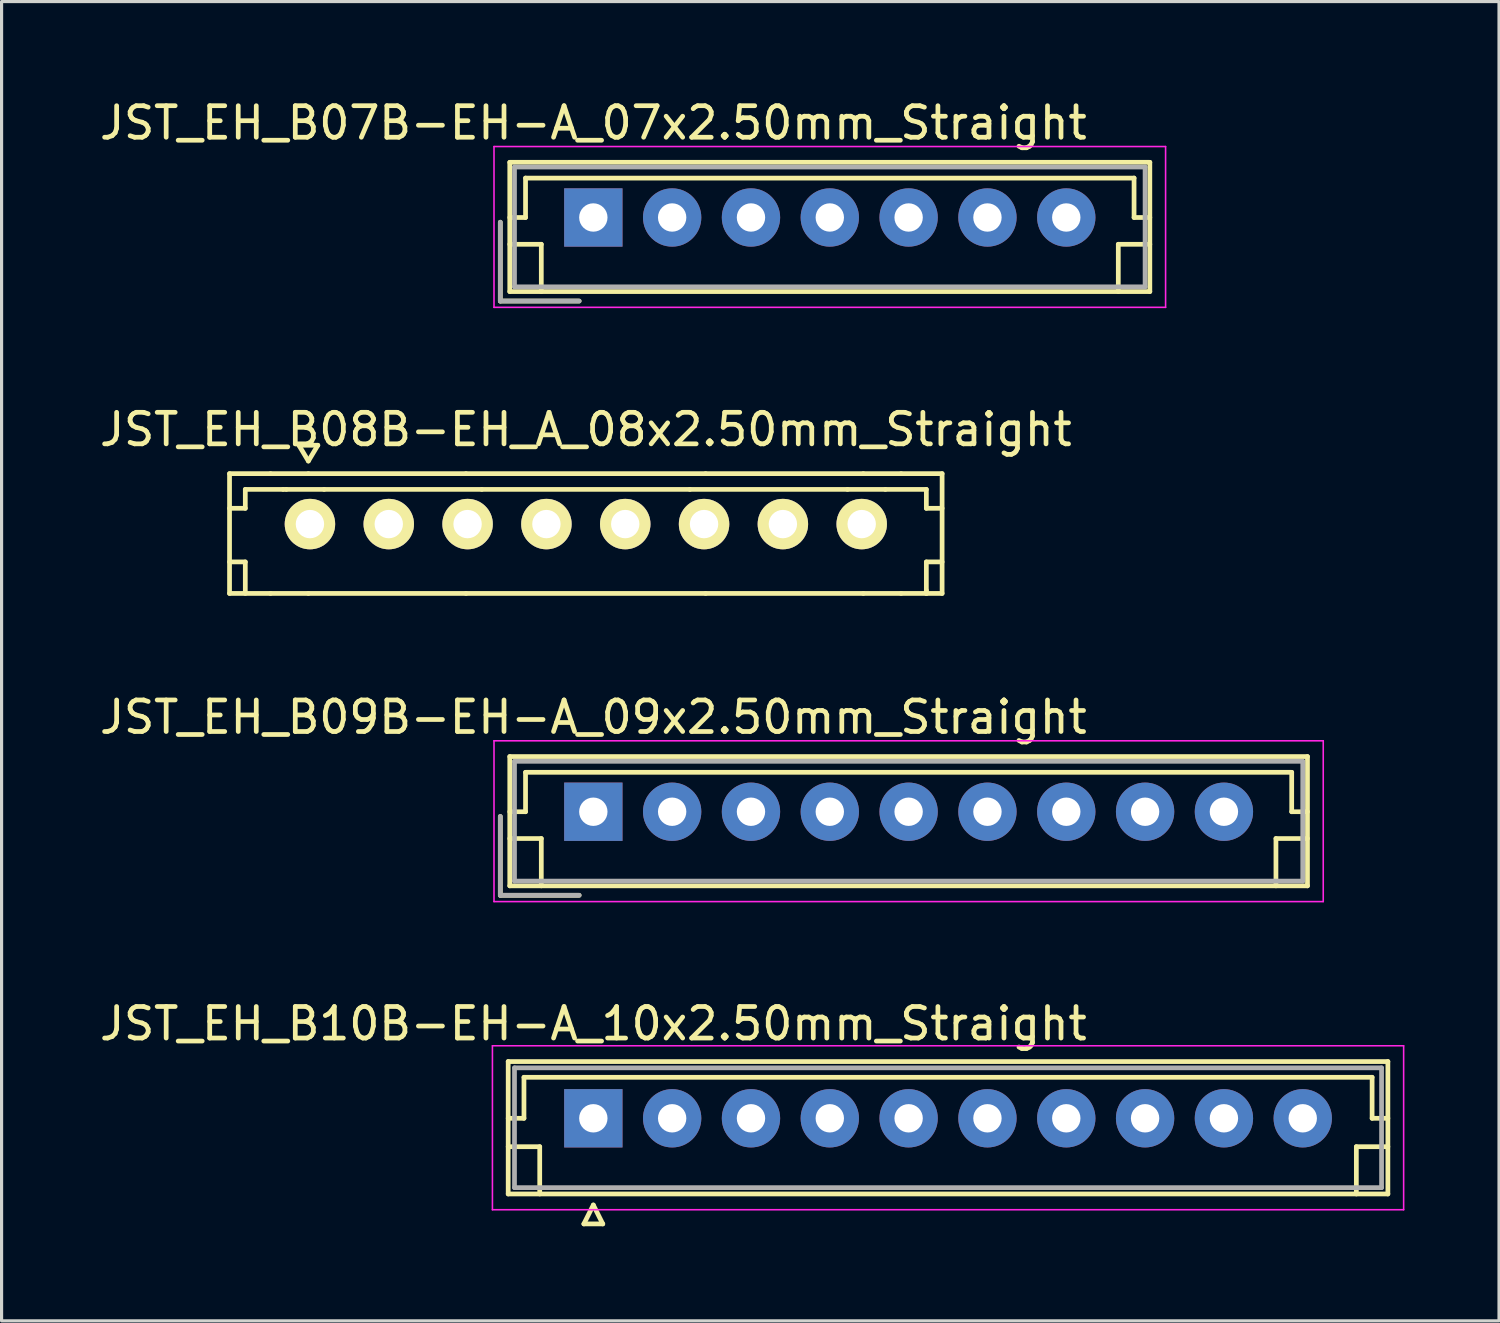
<source format=kicad_pcb>
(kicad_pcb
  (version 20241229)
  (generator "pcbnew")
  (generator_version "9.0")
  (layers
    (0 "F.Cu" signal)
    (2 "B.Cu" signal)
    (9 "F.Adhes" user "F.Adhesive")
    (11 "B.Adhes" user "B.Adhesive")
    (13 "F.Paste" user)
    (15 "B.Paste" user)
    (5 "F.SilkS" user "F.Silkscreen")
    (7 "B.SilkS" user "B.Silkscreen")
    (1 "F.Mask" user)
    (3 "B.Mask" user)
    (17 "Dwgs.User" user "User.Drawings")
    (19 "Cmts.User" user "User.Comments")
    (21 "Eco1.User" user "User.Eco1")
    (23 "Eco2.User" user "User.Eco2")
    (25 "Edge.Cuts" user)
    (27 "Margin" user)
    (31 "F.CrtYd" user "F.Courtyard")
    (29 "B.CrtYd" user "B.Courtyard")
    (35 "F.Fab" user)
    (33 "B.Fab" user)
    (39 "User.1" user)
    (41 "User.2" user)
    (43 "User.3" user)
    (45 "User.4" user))
  (footprint "JST_EH_B10B-EH-A_10x2.50mm_Straight"
    (layer "F.Cu")
    (at 15.768 32.418)
    (property "Reference" "JST_EH_B10B-EH-A_10x2.50mm_Straight" (at 0 -3 0) (layer "F.SilkS") (effects (font (size 1 1) (thickness 0.15))))
    (attr through_hole)
    (fp_line (start -2.7 -1.8) (end -2.7 2.4) (stroke (width 0.15) (type solid)) (layer "F.SilkS"))
    (fp_line (start -2.7 0) (end -2.2 0) (stroke (width 0.15) (type solid)) (layer "F.SilkS"))
    (fp_line (start -2.7 0.9) (end -1.7 0.9) (stroke (width 0.15) (type solid)) (layer "F.SilkS"))
    (fp_line (start -2.7 2.4) (end 25.2 2.4) (stroke (width 0.15) (type solid)) (layer "F.SilkS"))
    (fp_line (start -2.2 -1.3) (end 24.7 -1.3) (stroke (width 0.15) (type solid)) (layer "F.SilkS"))
    (fp_line (start -2.2 0) (end -2.2 -1.3) (stroke (width 0.15) (type solid)) (layer "F.SilkS"))
    (fp_line (start -1.7 0.9) (end -1.7 2.4) (stroke (width 0.15) (type solid)) (layer "F.SilkS"))
    (fp_line (start -0.3 3.35) (end 0.3 3.35) (stroke (width 0.15) (type solid)) (layer "F.SilkS"))
    (fp_line (start 0 2.75) (end -0.3 3.35) (stroke (width 0.15) (type solid)) (layer "F.SilkS"))
    (fp_line (start 0.3 3.35) (end 0 2.75) (stroke (width 0.15) (type solid)) (layer "F.SilkS"))
    (fp_line (start 24.2 0.9) (end 24.2 2.4) (stroke (width 0.15) (type solid)) (layer "F.SilkS"))
    (fp_line (start 24.7 -1.3) (end 24.7 0) (stroke (width 0.15) (type solid)) (layer "F.SilkS"))
    (fp_line (start 24.7 0) (end 25.2 0) (stroke (width 0.15) (type solid)) (layer "F.SilkS"))
    (fp_line (start 25.2 -1.8) (end -2.7 -1.8) (stroke (width 0.15) (type solid)) (layer "F.SilkS"))
    (fp_line (start 25.2 0.9) (end 24.2 0.9) (stroke (width 0.15) (type solid)) (layer "F.SilkS"))
    (fp_line (start 25.2 2.4) (end 25.2 -1.8) (stroke (width 0.15) (type solid)) (layer "F.SilkS"))
    (fp_line (start -3.2 -2.3) (end -3.2 2.9) (stroke (width 0.05) (type solid)) (layer "F.CrtYd"))
    (fp_line (start -3.2 2.9) (end 25.7 2.9) (stroke (width 0.05) (type solid)) (layer "F.CrtYd"))
    (fp_line (start 25.7 -2.3) (end -3.2 -2.3) (stroke (width 0.05) (type solid)) (layer "F.CrtYd"))
    (fp_line (start 25.7 2.9) (end 25.7 -2.3) (stroke (width 0.05) (type solid)) (layer "F.CrtYd"))
    (fp_line (start -2.5 -1.6) (end -2.5 2.2) (stroke (width 0.15) (type solid)) (layer "F.Fab"))
    (fp_line (start -2.5 2.2) (end 25 2.2) (stroke (width 0.15) (type solid)) (layer "F.Fab"))
    (fp_line (start 25 -1.6) (end -2.5 -1.6) (stroke (width 0.15) (type solid)) (layer "F.Fab"))
    (fp_line (start 25 2.2) (end 25 -1.6) (stroke (width 0.15) (type solid)) (layer "F.Fab"))
    (pad "1" thru_hole rect (at 0 0) (size 1.85 1.85) (drill 0.9) (layers "*.Cu" "*.Mask"))
    (pad "2" thru_hole circle (at 2.5 0) (size 1.85 1.85) (drill 0.9) (layers "*.Cu" "*.Mask"))
    (pad "3" thru_hole circle (at 5 0) (size 1.85 1.85) (drill 0.9) (layers "*.Cu" "*.Mask"))
    (pad "4" thru_hole circle (at 7.5 0) (size 1.85 1.85) (drill 0.9) (layers "*.Cu" "*.Mask"))
    (pad "5" thru_hole circle (at 10 0) (size 1.85 1.85) (drill 0.9) (layers "*.Cu" "*.Mask"))
    (pad "6" thru_hole circle (at 12.5 0) (size 1.85 1.85) (drill 0.9) (layers "*.Cu" "*.Mask"))
    (pad "7" thru_hole circle (at 15 0) (size 1.85 1.85) (drill 0.9) (layers "*.Cu" "*.Mask"))
    (pad "8" thru_hole circle (at 17.5 0) (size 1.85 1.85) (drill 0.9) (layers "*.Cu" "*.Mask"))
    (pad "9" thru_hole circle (at 20 0) (size 1.85 1.85) (drill 0.9) (layers "*.Cu" "*.Mask"))
    (pad "10" thru_hole circle (at 22.5 0) (size 1.85 1.85) (drill 0.9) (layers "*.Cu" "*.Mask")))
  (footprint "JST_EH_B07B-EH-A_07x2.50mm_Straight"
    (layer "F.Cu")
    (at 15.768 3.848)
    (property "Reference" "JST_EH_B07B-EH-A_07x2.50mm_Straight" (at 0 -3 0) (layer "F.SilkS") (effects (font (size 1 1) (thickness 0.15))))
    (attr through_hole)
    (fp_line (start -2.95 0.15) (end -2.95 2.65) (stroke (width 0.15) (type solid)) (layer "F.SilkS"))
    (fp_line (start -2.95 2.65) (end -0.45 2.65) (stroke (width 0.15) (type solid)) (layer "F.SilkS"))
    (fp_line (start -2.65 -1.75) (end -2.65 2.35) (stroke (width 0.15) (type solid)) (layer "F.SilkS"))
    (fp_line (start -2.65 0) (end -2.15 0) (stroke (width 0.15) (type solid)) (layer "F.SilkS"))
    (fp_line (start -2.65 0.85) (end -1.65 0.85) (stroke (width 0.15) (type solid)) (layer "F.SilkS"))
    (fp_line (start -2.65 2.35) (end 17.65 2.35) (stroke (width 0.15) (type solid)) (layer "F.SilkS"))
    (fp_line (start -2.15 -1.25) (end 17.15 -1.25) (stroke (width 0.15) (type solid)) (layer "F.SilkS"))
    (fp_line (start -2.15 0) (end -2.15 -1.25) (stroke (width 0.15) (type solid)) (layer "F.SilkS"))
    (fp_line (start -1.65 0.85) (end -1.65 2.35) (stroke (width 0.15) (type solid)) (layer "F.SilkS"))
    (fp_line (start 16.65 0.85) (end 16.65 2.35) (stroke (width 0.15) (type solid)) (layer "F.SilkS"))
    (fp_line (start 17.15 -1.25) (end 17.15 0) (stroke (width 0.15) (type solid)) (layer "F.SilkS"))
    (fp_line (start 17.15 0) (end 17.65 0) (stroke (width 0.15) (type solid)) (layer "F.SilkS"))
    (fp_line (start 17.65 -1.75) (end -2.65 -1.75) (stroke (width 0.15) (type solid)) (layer "F.SilkS"))
    (fp_line (start 17.65 0.85) (end 16.65 0.85) (stroke (width 0.15) (type solid)) (layer "F.SilkS"))
    (fp_line (start 17.65 2.35) (end 17.65 -1.75) (stroke (width 0.15) (type solid)) (layer "F.SilkS"))
    (fp_line (start -3.15 -2.25) (end -3.15 2.85) (stroke (width 0.05) (type solid)) (layer "F.CrtYd"))
    (fp_line (start -3.15 2.85) (end 18.15 2.85) (stroke (width 0.05) (type solid)) (layer "F.CrtYd"))
    (fp_line (start 18.15 -2.25) (end -3.15 -2.25) (stroke (width 0.05) (type solid)) (layer "F.CrtYd"))
    (fp_line (start 18.15 2.85) (end 18.15 -2.25) (stroke (width 0.05) (type solid)) (layer "F.CrtYd"))
    (fp_line (start -2.95 0.15) (end -2.95 2.65) (stroke (width 0.15) (type solid)) (layer "F.Fab"))
    (fp_line (start -2.95 2.65) (end -0.45 2.65) (stroke (width 0.15) (type solid)) (layer "F.Fab"))
    (fp_line (start -2.5 -1.6) (end -2.5 2.2) (stroke (width 0.15) (type solid)) (layer "F.Fab"))
    (fp_line (start -2.5 2.2) (end 17.5 2.2) (stroke (width 0.15) (type solid)) (layer "F.Fab"))
    (fp_line (start 17.5 -1.6) (end -2.5 -1.6) (stroke (width 0.15) (type solid)) (layer "F.Fab"))
    (fp_line (start 17.5 2.2) (end 17.5 -1.6) (stroke (width 0.15) (type solid)) (layer "F.Fab"))
    (pad "1" thru_hole rect (at 0 0) (size 1.85 1.85) (drill 0.9) (layers "*.Cu" "*.Mask"))
    (pad "2" thru_hole circle (at 2.5 0) (size 1.85 1.85) (drill 0.9) (layers "*.Cu" "*.Mask"))
    (pad "3" thru_hole circle (at 5 0) (size 1.85 1.85) (drill 0.9) (layers "*.Cu" "*.Mask"))
    (pad "4" thru_hole circle (at 7.5 0) (size 1.85 1.85) (drill 0.9) (layers "*.Cu" "*.Mask"))
    (pad "5" thru_hole circle (at 10 0) (size 1.85 1.85) (drill 0.9) (layers "*.Cu" "*.Mask"))
    (pad "6" thru_hole circle (at 12.5 0) (size 1.85 1.85) (drill 0.9) (layers "*.Cu" "*.Mask"))
    (pad "7" thru_hole circle (at 15 0) (size 1.85 1.85) (drill 0.9) (layers "*.Cu" "*.Mask")))
  (footprint "JST_EH_B08B-EH_A_08x2.50mm_Straight"
    (layer "F.Cu")
    (at 15.53 13.572)
    (property "Reference" "JST_EH_B08B-EH_A_08x2.50mm_Straight" (at 0 -3 0) (layer "F.SilkS") (effects (font (size 1 1) (thickness 0.15))))
    (attr through_hole)
    (fp_line (start -11.3 -1.6) (end -11.3 2.2) (stroke (width 0.15) (type solid)) (layer "F.SilkS"))
    (fp_line (start -11.3 -1.6) (end -10 -1.6) (stroke (width 0.15) (type solid)) (layer "F.SilkS"))
    (fp_line (start -11.3 2.2) (end -10 2.2) (stroke (width 0.15) (type solid)) (layer "F.SilkS"))
    (fp_line (start -10.8 -1.1) (end -10.8 -0.5) (stroke (width 0.15) (type solid)) (layer "F.SilkS"))
    (fp_line (start -10.8 -0.5) (end -11.3 -0.5) (stroke (width 0.15) (type solid)) (layer "F.SilkS"))
    (fp_line (start -10.8 1.2) (end -11.3 1.2) (stroke (width 0.15) (type solid)) (layer "F.SilkS"))
    (fp_line (start -10.8 1.2) (end -10.8 2.2) (stroke (width 0.15) (type solid)) (layer "F.SilkS"))
    (fp_line (start -9.6 -1.1) (end -10.8 -1.1) (stroke (width 0.15) (type solid)) (layer "F.SilkS"))
    (fp_line (start -9.5 -1.1) (end -9.6 -1.1) (stroke (width 0.15) (type solid)) (layer "F.SilkS"))
    (fp_line (start -9.5 -1.1) (end -8.3 -1.1) (stroke (width 0.15) (type solid)) (layer "F.SilkS"))
    (fp_line (start -9.1 -2.5) (end -8.8 -2) (stroke (width 0.15) (type solid)) (layer "F.SilkS"))
    (fp_line (start -8.8 -2) (end -8.5 -2.5) (stroke (width 0.15) (type solid)) (layer "F.SilkS"))
    (fp_line (start -8.8 -1.6) (end -10 -1.6) (stroke (width 0.15) (type solid)) (layer "F.SilkS"))
    (fp_line (start -8.8 -1.6) (end -3.8 -1.6) (stroke (width 0.15) (type solid)) (layer "F.SilkS"))
    (fp_line (start -8.8 2.2) (end -10 2.2) (stroke (width 0.15) (type solid)) (layer "F.SilkS"))
    (fp_line (start -8.8 2.2) (end -3.8 2.2) (stroke (width 0.15) (type solid)) (layer "F.SilkS"))
    (fp_line (start -8.5 -2.5) (end -9.1 -2.5) (stroke (width 0.15) (type solid)) (layer "F.SilkS"))
    (fp_line (start -3.8 -1.6) (end 3.8 -1.6) (stroke (width 0.15) (type solid)) (layer "F.SilkS"))
    (fp_line (start -3.3 -1.1) (end -8.3 -1.1) (stroke (width 0.15) (type solid)) (layer "F.SilkS"))
    (fp_line (start 3.3 -1.1) (end -3.3 -1.1) (stroke (width 0.15) (type solid)) (layer "F.SilkS"))
    (fp_line (start 3.8 -1.6) (end 8.8 -1.6) (stroke (width 0.15) (type solid)) (layer "F.SilkS"))
    (fp_line (start 3.8 2.2) (end -3.8 2.2) (stroke (width 0.15) (type solid)) (layer "F.SilkS"))
    (fp_line (start 3.8 2.2) (end 8.8 2.2) (stroke (width 0.15) (type solid)) (layer "F.SilkS"))
    (fp_line (start 8.3 -1.1) (end 3.3 -1.1) (stroke (width 0.15) (type solid)) (layer "F.SilkS"))
    (fp_line (start 8.3 -1.1) (end 9.5 -1.1) (stroke (width 0.15) (type solid)) (layer "F.SilkS"))
    (fp_line (start 9.5 -1.1) (end 10.8 -1.1) (stroke (width 0.15) (type solid)) (layer "F.SilkS"))
    (fp_line (start 10 -1.6) (end 8.8 -1.6) (stroke (width 0.15) (type solid)) (layer "F.SilkS"))
    (fp_line (start 10 2.2) (end 8.8 2.2) (stroke (width 0.15) (type solid)) (layer "F.SilkS"))
    (fp_line (start 10.8 -1.1) (end 10.8 -0.5) (stroke (width 0.15) (type solid)) (layer "F.SilkS"))
    (fp_line (start 10.8 1.2) (end 10.8 2.2) (stroke (width 0.15) (type solid)) (layer "F.SilkS"))
    (fp_line (start 10.8 1.2) (end 11.3 1.2) (stroke (width 0.15) (type solid)) (layer "F.SilkS"))
    (fp_line (start 10.8 2.2) (end 10.8 2.1) (stroke (width 0.15) (type solid)) (layer "F.SilkS"))
    (fp_line (start 11.3 -1.6) (end 10 -1.6) (stroke (width 0.15) (type solid)) (layer "F.SilkS"))
    (fp_line (start 11.3 -1.6) (end 11.3 2.2) (stroke (width 0.15) (type solid)) (layer "F.SilkS"))
    (fp_line (start 11.3 -0.5) (end 10.8 -0.5) (stroke (width 0.15) (type solid)) (layer "F.SilkS"))
    (fp_line (start 11.3 2.2) (end 10 2.2) (stroke (width 0.15) (type solid)) (layer "F.SilkS"))
    (pad "1" thru_hole circle (at -8.75 0) (size 1.6 1.6) (drill 0.9) (layers "*.Cu" "*.Mask" "F.SilkS"))
    (pad "2" thru_hole circle (at -6.25 0) (size 1.6 1.6) (drill 0.9) (layers "*.Cu" "*.Mask" "F.SilkS"))
    (pad "3" thru_hole circle (at -3.75 0) (size 1.6 1.6) (drill 0.9) (layers "*.Cu" "*.Mask" "F.SilkS"))
    (pad "4" thru_hole circle (at -1.25 0) (size 1.6 1.6) (drill 0.9) (layers "*.Cu" "*.Mask" "F.SilkS"))
    (pad "5" thru_hole circle (at 1.25 0) (size 1.6 1.6) (drill 0.9) (layers "*.Cu" "*.Mask" "F.SilkS"))
    (pad "6" thru_hole circle (at 3.75 0) (size 1.6 1.6) (drill 0.9) (layers "*.Cu" "*.Mask" "F.SilkS"))
    (pad "7" thru_hole circle (at 6.25 0) (size 1.6 1.6) (drill 0.9) (layers "*.Cu" "*.Mask" "F.SilkS"))
    (pad "8" thru_hole circle (at 8.75 0) (size 1.6 1.6) (drill 0.9) (layers "*.Cu" "*.Mask" "F.SilkS")))
  (footprint "JST_EH_B09B-EH-A_09x2.50mm_Straight"
    (layer "F.Cu")
    (at 15.768 22.695)
    (property "Reference" "JST_EH_B09B-EH-A_09x2.50mm_Straight" (at 0 -3 0) (layer "F.SilkS") (effects (font (size 1 1) (thickness 0.15))))
    (attr through_hole)
    (fp_line (start -2.95 0.15) (end -2.95 2.65) (stroke (width 0.15) (type solid)) (layer "F.SilkS"))
    (fp_line (start -2.95 2.65) (end -0.45 2.65) (stroke (width 0.15) (type solid)) (layer "F.SilkS"))
    (fp_line (start -2.65 -1.75) (end -2.65 2.35) (stroke (width 0.15) (type solid)) (layer "F.SilkS"))
    (fp_line (start -2.65 0) (end -2.15 0) (stroke (width 0.15) (type solid)) (layer "F.SilkS"))
    (fp_line (start -2.65 0.85) (end -1.65 0.85) (stroke (width 0.15) (type solid)) (layer "F.SilkS"))
    (fp_line (start -2.65 2.35) (end 22.65 2.35) (stroke (width 0.15) (type solid)) (layer "F.SilkS"))
    (fp_line (start -2.15 -1.25) (end 22.15 -1.25) (stroke (width 0.15) (type solid)) (layer "F.SilkS"))
    (fp_line (start -2.15 0) (end -2.15 -1.25) (stroke (width 0.15) (type solid)) (layer "F.SilkS"))
    (fp_line (start -1.65 0.85) (end -1.65 2.35) (stroke (width 0.15) (type solid)) (layer "F.SilkS"))
    (fp_line (start 21.65 0.85) (end 21.65 2.35) (stroke (width 0.15) (type solid)) (layer "F.SilkS"))
    (fp_line (start 22.15 -1.25) (end 22.15 0) (stroke (width 0.15) (type solid)) (layer "F.SilkS"))
    (fp_line (start 22.15 0) (end 22.65 0) (stroke (width 0.15) (type solid)) (layer "F.SilkS"))
    (fp_line (start 22.65 -1.75) (end -2.65 -1.75) (stroke (width 0.15) (type solid)) (layer "F.SilkS"))
    (fp_line (start 22.65 0.85) (end 21.65 0.85) (stroke (width 0.15) (type solid)) (layer "F.SilkS"))
    (fp_line (start 22.65 2.35) (end 22.65 -1.75) (stroke (width 0.15) (type solid)) (layer "F.SilkS"))
    (fp_line (start -3.15 -2.25) (end -3.15 2.85) (stroke (width 0.05) (type solid)) (layer "F.CrtYd"))
    (fp_line (start -3.15 2.85) (end 23.15 2.85) (stroke (width 0.05) (type solid)) (layer "F.CrtYd"))
    (fp_line (start 23.15 -2.25) (end -3.15 -2.25) (stroke (width 0.05) (type solid)) (layer "F.CrtYd"))
    (fp_line (start 23.15 2.85) (end 23.15 -2.25) (stroke (width 0.05) (type solid)) (layer "F.CrtYd"))
    (fp_line (start -2.95 0.15) (end -2.95 2.65) (stroke (width 0.15) (type solid)) (layer "F.Fab"))
    (fp_line (start -2.95 2.65) (end -0.45 2.65) (stroke (width 0.15) (type solid)) (layer "F.Fab"))
    (fp_line (start -2.5 -1.6) (end -2.5 2.2) (stroke (width 0.15) (type solid)) (layer "F.Fab"))
    (fp_line (start -2.5 2.2) (end 22.5 2.2) (stroke (width 0.15) (type solid)) (layer "F.Fab"))
    (fp_line (start 22.5 -1.6) (end -2.5 -1.6) (stroke (width 0.15) (type solid)) (layer "F.Fab"))
    (fp_line (start 22.5 2.2) (end 22.5 -1.6) (stroke (width 0.15) (type solid)) (layer "F.Fab"))
    (pad "1" thru_hole rect (at 0 0) (size 1.85 1.85) (drill 0.9) (layers "*.Cu" "*.Mask"))
    (pad "2" thru_hole circle (at 2.5 0) (size 1.85 1.85) (drill 0.9) (layers "*.Cu" "*.Mask"))
    (pad "3" thru_hole circle (at 5 0) (size 1.85 1.85) (drill 0.9) (layers "*.Cu" "*.Mask"))
    (pad "4" thru_hole circle (at 7.5 0) (size 1.85 1.85) (drill 0.9) (layers "*.Cu" "*.Mask"))
    (pad "5" thru_hole circle (at 10 0) (size 1.85 1.85) (drill 0.9) (layers "*.Cu" "*.Mask"))
    (pad "6" thru_hole circle (at 12.5 0) (size 1.85 1.85) (drill 0.9) (layers "*.Cu" "*.Mask"))
    (pad "7" thru_hole circle (at 15 0) (size 1.85 1.85) (drill 0.9) (layers "*.Cu" "*.Mask"))
    (pad "8" thru_hole circle (at 17.5 0) (size 1.85 1.85) (drill 0.9) (layers "*.Cu" "*.Mask"))
    (pad "9" thru_hole circle (at 20 0) (size 1.85 1.85) (drill 0.9) (layers "*.Cu" "*.Mask")))
  (gr_rect
    (start -3 -3)
    (end 44.493 38.843)
    (stroke (width 0.1) (type default))
    (fill no)
    (layer "Edge.Cuts")))
</source>
